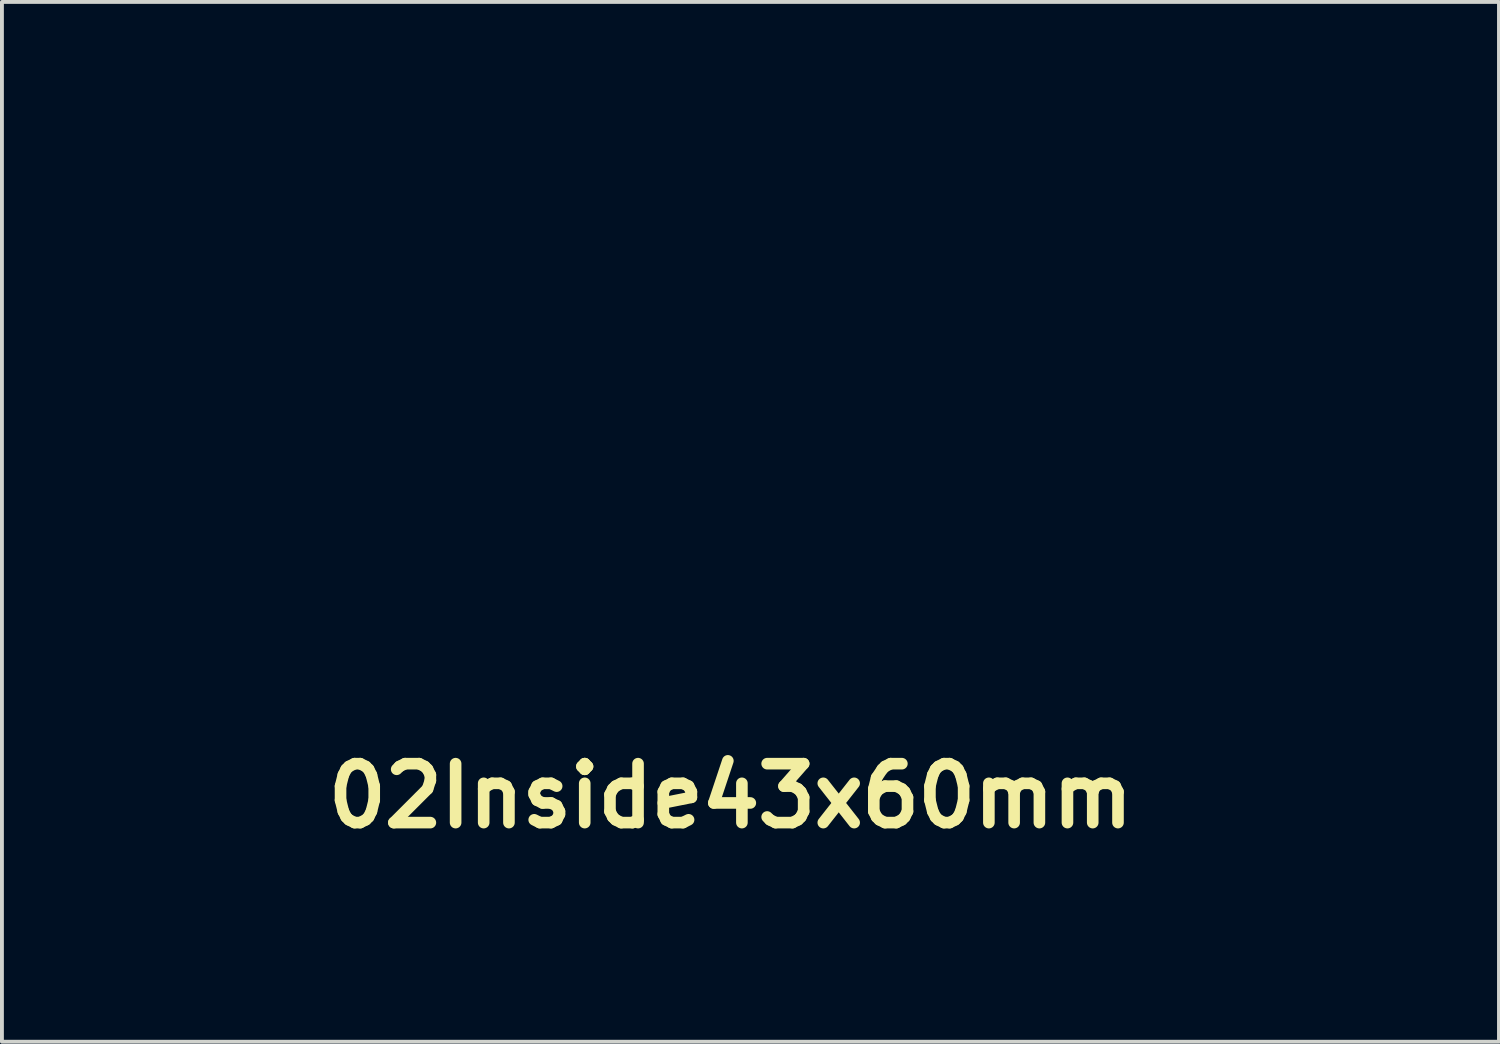
<source format=kicad_pcb>
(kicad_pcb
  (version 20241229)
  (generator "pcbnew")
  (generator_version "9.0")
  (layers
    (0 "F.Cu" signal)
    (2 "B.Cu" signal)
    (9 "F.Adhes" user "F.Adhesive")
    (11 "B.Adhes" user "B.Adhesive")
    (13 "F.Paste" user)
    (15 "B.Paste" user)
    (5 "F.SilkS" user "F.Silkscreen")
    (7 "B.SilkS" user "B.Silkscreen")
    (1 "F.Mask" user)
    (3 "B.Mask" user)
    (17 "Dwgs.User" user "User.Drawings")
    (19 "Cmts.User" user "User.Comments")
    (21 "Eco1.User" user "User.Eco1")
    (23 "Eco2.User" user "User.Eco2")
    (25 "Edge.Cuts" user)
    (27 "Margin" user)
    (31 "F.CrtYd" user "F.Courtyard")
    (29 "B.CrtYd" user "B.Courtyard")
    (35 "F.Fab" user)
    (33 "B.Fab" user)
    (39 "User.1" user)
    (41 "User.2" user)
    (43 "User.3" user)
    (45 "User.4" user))
  (footprint "02Inside43x60mm"
    (layer "F.Cu")
    (at 15.843 17.531)
    (property "Reference" "02Inside43x60mm" (at 0 0 0) (layer "F.SilkS") (effects (font (size 1.524 1.524) (thickness 0.3))))
    (attr board_only exclude_from_pos_files exclude_from_bom)
    (fp_poly (pts (xy 3.981 -17.442) (xy 4.836 -17.25) (xy 4.903 -17.229) (xy 5.217 -17.138) (xy 5.601 -17.043) (xy 5.804 -17) (xy 6.198 -16.88) (xy 6.601 -16.694) (xy 6.959 -16.473) (xy 7.217 -16.247) (xy 7.289 -16.145) (xy 7.438 -16.012) (xy 7.715 -15.969) (xy 7.738 -15.968) (xy 7.984 -15.953) (xy 8.141 -15.916) (xy 8.156 -15.906) (xy 8.127 -15.814) (xy 7.99 -15.639) (xy 7.808 -15.45) (xy 7.294 -14.881) (xy 6.863 -14.227) (xy 6.502 -13.464) (xy 6.2 -12.569) (xy 5.947 -11.515) (xy 5.928 -11.425) (xy 5.742 -10.563) (xy 5.554 -9.855) (xy 5.351 -9.27) (xy 5.117 -8.775) (xy 4.841 -8.339) (xy 4.508 -7.929) (xy 4.357 -7.767) (xy 4.042 -7.454) (xy 3.841 -7.287) (xy 3.748 -7.268) (xy 3.763 -7.395) (xy 3.881 -7.668) (xy 3.917 -7.741) (xy 4.119 -8.173) (xy 4.305 -8.644) (xy 4.483 -9.184) (xy 4.662 -9.823) (xy 4.852 -10.588) (xy 5.046 -11.439) (xy 5.188 -12.06) (xy 5.339 -12.683) (xy 5.486 -13.259) (xy 5.617 -13.74) (xy 5.707 -14.039) (xy 5.84 -14.447) (xy 5.922 -14.708) (xy 5.959 -14.856) (xy 5.959 -14.923) (xy 5.926 -14.941) (xy 5.885 -14.941) (xy 5.762 -14.85) (xy 5.613 -14.583) (xy 5.44 -14.146) (xy 5.247 -13.549) (xy 5.037 -12.799) (xy 4.879 -12.182) (xy 4.525 -10.863) (xy 4.13 -9.644) (xy 3.664 -8.44) (xy 3.265 -7.525) (xy 3.102 -7.194) (xy 2.979 -7.025) (xy 2.894 -7.022) (xy 2.839 -7.19) (xy 2.811 -7.536) (xy 2.805 -7.984) (xy 2.827 -8.646) (xy 2.893 -9.397) (xy 3.008 -10.262) (xy 3.173 -11.262) (xy 3.365 -12.28) (xy 3.54 -13.263) (xy 3.657 -14.122) (xy 3.713 -14.843) (xy 3.709 -15.412) (xy 3.664 -15.735) (xy 3.577 -16.108) (xy 3.51 -15.455) (xy 3.466 -15.107) (xy 3.397 -14.636) (xy 3.31 -14.103) (xy 3.216 -13.568) (xy 3.211 -13.54) (xy 3.105 -12.958) (xy 2.99 -12.328) (xy 2.882 -11.731) (xy 2.801 -11.283) (xy 2.721 -10.785) (xy 2.641 -10.179) (xy 2.569 -9.544) (xy 2.518 -8.995) (xy 2.457 -8.248) (xy 2.401 -7.588) (xy 2.351 -7.033) (xy 2.31 -6.601) (xy 2.278 -6.31) (xy 2.258 -6.18) (xy 2.254 -6.178) (xy 2.034 -7.3) (xy 1.869 -8.278) (xy 1.757 -9.148) (xy 1.694 -9.945) (xy 1.678 -10.703) (xy 1.708 -11.456) (xy 1.78 -12.24) (xy 1.822 -12.58) (xy 1.916 -13.495) (xy 1.937 -14.293) (xy 1.882 -15.03) (xy 1.749 -15.762) (xy 1.636 -16.201) (xy 1.533 -16.586) (xy 1.452 -16.914) (xy 1.407 -17.136) (xy 1.401 -17.19) (xy 1.444 -17.272) (xy 1.591 -17.34) (xy 1.874 -17.405) (xy 2.2 -17.458) (xy 3.072 -17.514)) (stroke (width 0) (type solid)) (fill yes) (layer "F.Mask"))
    (fp_poly (pts (xy 11.081 -13.307) (xy 11.689 -13.28) (xy 12.298 -13.252) (xy 12.514 -12.791) (xy 12.651 -12.523) (xy 12.785 -12.363) (xy 12.975 -12.268) (xy 13.277 -12.199) (xy 13.378 -12.181) (xy 13.628 -12.108) (xy 13.75 -11.978) (xy 13.784 -11.872) (xy 13.882 -11.443) (xy 13.965 -11.16) (xy 14.064 -10.987) (xy 14.209 -10.889) (xy 14.432 -10.832) (xy 14.731 -10.784) (xy 14.943 -10.743) (xy 15.067 -10.674) (xy 15.118 -10.539) (xy 15.108 -10.301) (xy 15.051 -9.92) (xy 15.044 -9.88) (xy 14.972 -9.441) (xy 15.481 -9.234) (xy 15.895 -9.042) (xy 16.146 -8.858) (xy 16.255 -8.658) (xy 16.241 -8.417) (xy 16.227 -8.367) (xy 16.133 -8.062) (xy 15.516 -8.233) (xy 14.906 -8.351) (xy 14.228 -8.399) (xy 13.558 -8.375) (xy 12.971 -8.281) (xy 12.88 -8.256) (xy 12.483 -8.122) (xy 12.073 -7.946) (xy 11.62 -7.711) (xy 11.094 -7.401) (xy 10.466 -6.999) (xy 10.132 -6.778) (xy 9.661 -6.47) (xy 9.193 -6.178) (xy 8.774 -5.926) (xy 8.447 -5.744) (xy 8.358 -5.699) (xy 7.863 -5.514) (xy 7.26 -5.368) (xy 6.627 -5.273) (xy 6.041 -5.246) (xy 5.946 -5.249) (xy 5.673 -5.261) (xy 5.283 -5.277) (xy 4.845 -5.293) (xy 4.686 -5.299) (xy 4.277 -5.318) (xy 4.021 -5.343) (xy 3.888 -5.382) (xy 3.844 -5.442) (xy 3.847 -5.489) (xy 3.897 -5.559) (xy 4.034 -5.629) (xy 4.281 -5.708) (xy 4.662 -5.801) (xy 5.199 -5.917) (xy 5.335 -5.944) (xy 6.08 -6.107) (xy 6.681 -6.27) (xy 7.18 -6.455) (xy 7.618 -6.681) (xy 8.038 -6.971) (xy 8.481 -7.343) (xy 8.853 -7.689) (xy 9.486 -8.261) (xy 10.062 -8.706) (xy 10.626 -9.054) (xy 11.224 -9.334) (xy 11.626 -9.483) (xy 12.097 -9.658) (xy 12.388 -9.789) (xy 12.503 -9.873) (xy 12.443 -9.904) (xy 12.213 -9.879) (xy 11.815 -9.792) (xy 11.484 -9.705) (xy 10.789 -9.485) (xy 10.2 -9.226) (xy 9.66 -8.895) (xy 9.11 -8.46) (xy 8.754 -8.136) (xy 8.205 -7.639) (xy 7.734 -7.264) (xy 7.305 -6.983) (xy 6.88 -6.773) (xy 6.627 -6.676) (xy 6.407 -6.614) (xy 6.054 -6.532) (xy 5.61 -6.438) (xy 5.117 -6.34) (xy 4.619 -6.247) (xy 4.158 -6.166) (xy 3.777 -6.106) (xy 3.518 -6.074) (xy 3.458 -6.071) (xy 3.415 -6.105) (xy 3.515 -6.192) (xy 3.727 -6.316) (xy 4.019 -6.463) (xy 4.361 -6.616) (xy 4.721 -6.76) (xy 5.043 -6.872) (xy 5.994 -7.225) (xy 6.792 -7.644) (xy 7.464 -8.144) (xy 7.694 -8.362) (xy 8.093 -8.804) (xy 8.432 -9.279) (xy 8.723 -9.814) (xy 8.979 -10.438) (xy 9.214 -11.182) (xy 9.44 -12.073) (xy 9.519 -12.42) (xy 9.663 -12.977) (xy 9.824 -13.381) (xy 10.023 -13.666) (xy 10.282 -13.865) (xy 10.475 -13.957) (xy 10.818 -14.097)) (stroke (width 0) (type solid)) (fill yes) (layer "F.Mask"))
    (fp_poly (pts (xy -9.732 -13.974) (xy -9.532 -13.933) (xy -9.368 -13.868) (xy -9.229 -13.756) (xy -9.104 -13.577) (xy -8.982 -13.31) (xy -8.852 -12.932) (xy -8.702 -12.424) (xy -8.523 -11.763) (xy -8.451 -11.492) (xy -8.204 -10.642) (xy -7.949 -9.945) (xy -7.67 -9.367) (xy -7.351 -8.876) (xy -7.038 -8.503) (xy -6.433 -7.953) (xy -5.717 -7.5) (xy -4.86 -7.121) (xy -4.741 -7.078) (xy -4.399 -6.947) (xy -4.011 -6.782) (xy -3.609 -6.599) (xy -3.228 -6.415) (xy -2.902 -6.247) (xy -2.666 -6.112) (xy -2.553 -6.026) (xy -2.551 -6.009) (xy -2.657 -6.009) (xy -2.908 -6.045) (xy -3.271 -6.109) (xy -3.708 -6.195) (xy -4.185 -6.294) (xy -4.666 -6.399) (xy -5.115 -6.504) (xy -5.497 -6.599) (xy -5.777 -6.678) (xy -5.861 -6.707) (xy -6.304 -6.91) (xy -6.773 -7.2) (xy -7.296 -7.595) (xy -7.904 -8.118) (xy -7.91 -8.124) (xy -8.791 -8.821) (xy -9.689 -9.343) (xy -10.593 -9.686) (xy -10.686 -9.71) (xy -11.176 -9.827) (xy -11.506 -9.885) (xy -11.692 -9.884) (xy -11.753 -9.827) (xy -11.747 -9.794) (xy -11.647 -9.723) (xy -11.409 -9.622) (xy -11.078 -9.51) (xy -10.922 -9.463) (xy -10.329 -9.279) (xy -9.839 -9.085) (xy -9.405 -8.853) (xy -8.981 -8.556) (xy -8.518 -8.164) (xy -8.117 -7.79) (xy -7.49 -7.226) (xy -6.922 -6.795) (xy -6.371 -6.473) (xy -5.792 -6.238) (xy -5.145 -6.067) (xy -4.903 -6.019) (xy -4.45 -5.929) (xy -3.996 -5.83) (xy -3.623 -5.738) (xy -3.549 -5.718) (xy -3.035 -5.572) (xy -3.549 -5.443) (xy -4.014 -5.357) (xy -4.583 -5.299) (xy -5.201 -5.27) (xy -5.807 -5.272) (xy -6.346 -5.305) (xy -6.759 -5.372) (xy -6.761 -5.372) (xy -7.487 -5.617) (xy -8.206 -5.988) (xy -8.951 -6.505) (xy -9.279 -6.769) (xy -9.978 -7.301) (xy -10.694 -7.75) (xy -11.386 -8.093) (xy -12.012 -8.306) (xy -12.04 -8.313) (xy -12.345 -8.354) (xy -12.782 -8.377) (xy -13.3 -8.381) (xy -13.846 -8.368) (xy -14.367 -8.339) (xy -14.811 -8.294) (xy -15.058 -8.253) (xy -15.243 -8.233) (xy -15.309 -8.313) (xy -15.315 -8.4) (xy -15.269 -8.668) (xy -15.109 -8.883) (xy -14.807 -9.08) (xy -14.673 -9.146) (xy -14.358 -9.31) (xy -14.192 -9.46) (xy -14.144 -9.642) (xy -14.187 -9.902) (xy -14.191 -9.915) (xy -14.287 -10.304) (xy -14.337 -10.547) (xy -14.342 -10.678) (xy -14.306 -10.73) (xy -14.247 -10.739) (xy -14.08 -10.758) (xy -13.808 -10.805) (xy -13.644 -10.839) (xy -13.177 -10.939) (xy -13.063 -11.469) (xy -12.997 -11.761) (xy -12.944 -11.968) (xy -12.921 -12.035) (xy -12.822 -12.071) (xy -12.594 -12.128) (xy -12.36 -12.178) (xy -12.059 -12.245) (xy -11.885 -12.323) (xy -11.779 -12.46) (xy -11.687 -12.702) (xy -11.671 -12.749) (xy -11.515 -13.214) (xy -10.283 -13.214) (xy -10.169 -13.62) (xy -10.091 -13.869) (xy -10.007 -13.979) (xy -9.864 -13.993)) (stroke (width 0) (type solid)) (fill yes) (layer "F.Mask"))
    (fp_poly (pts (xy 13.572 -5.36) (xy 13.971 -5.293) (xy 14.329 -5.2) (xy 14.775 -5.059) (xy 15.264 -4.889) (xy 15.752 -4.704) (xy 16.195 -4.522) (xy 16.547 -4.361) (xy 16.762 -4.238) (xy 16.866 -4.133) (xy 16.847 -4.046) (xy 16.685 -3.964) (xy 16.362 -3.874) (xy 16.194 -3.835) (xy 15.918 -3.766) (xy 15.734 -3.705) (xy 15.688 -3.675) (xy 15.739 -3.583) (xy 15.873 -3.379) (xy 16.063 -3.103) (xy 16.114 -3.032) (xy 16.54 -2.434) (xy 16.071 -2.174) (xy 15.601 -1.914) (xy 15.655 -1.44) (xy 15.672 -1.153) (xy 15.623 -0.947) (xy 15.477 -0.775) (xy 15.203 -0.585) (xy 15.079 -0.51) (xy 14.977 -0.431) (xy 14.972 -0.327) (xy 15.062 -0.13) (xy 15.069 -0.118) (xy 15.171 0.103) (xy 15.221 0.254) (xy 15.221 0.264) (xy 15.141 0.339) (xy 14.93 0.449) (xy 14.653 0.563) (xy 14.352 0.691) (xy 14.128 0.815) (xy 14.036 0.9) (xy 14.037 1.056) (xy 14.092 1.312) (xy 14.138 1.462) (xy 14.224 1.719) (xy 14.278 1.889) (xy 14.287 1.925) (xy 14.205 1.952) (xy 13.995 1.992) (xy 13.867 2.013) (xy 13.634 2.054) (xy 13.506 2.12) (xy 13.467 2.25) (xy 13.505 2.485) (xy 13.587 2.801) (xy 13.662 3.084) (xy 13.713 3.28) (xy 13.726 3.338) (xy 13.695 3.356) (xy 13.576 3.339) (xy 13.334 3.281) (xy 13.074 3.212) (xy 12.549 3.027) (xy 12.05 2.749) (xy 11.557 2.362) (xy 11.051 1.848) (xy 10.511 1.191) (xy 10.059 0.575) (xy 9.594 -0.072) (xy 9.199 -0.585) (xy 8.847 -0.991) (xy 8.509 -1.316) (xy 8.158 -1.585) (xy 7.767 -1.825) (xy 7.307 -2.062) (xy 7.198 -2.114) (xy 6.487 -2.455) (xy 5.8 -2.79) (xy 5.157 -3.109) (xy 4.579 -3.402) (xy 4.088 -3.657) (xy 3.703 -3.864) (xy 3.447 -4.011) (xy 3.344 -4.085) (xy 3.345 -4.133) (xy 3.506 -4.089) (xy 3.828 -3.953) (xy 4.311 -3.725) (xy 4.798 -3.484) (xy 5.395 -3.209) (xy 5.977 -2.998) (xy 6.591 -2.842) (xy 7.284 -2.727) (xy 8.103 -2.643) (xy 8.372 -2.623) (xy 9.388 -2.525) (xy 10.247 -2.384) (xy 10.976 -2.192) (xy 11.6 -1.944) (xy 11.774 -1.856) (xy 12.093 -1.7) (xy 12.303 -1.625) (xy 12.388 -1.629) (xy 12.333 -1.714) (xy 12.147 -1.862) (xy 11.786 -2.08) (xy 11.309 -2.313) (xy 10.782 -2.532) (xy 10.27 -2.709) (xy 10.129 -2.749) (xy 9.826 -2.811) (xy 9.391 -2.875) (xy 8.876 -2.933) (xy 8.335 -2.98) (xy 8.218 -2.988) (xy 7.677 -3.031) (xy 7.151 -3.086) (xy 6.693 -3.147) (xy 6.355 -3.208) (xy 6.303 -3.221) (xy 6.019 -3.308) (xy 5.683 -3.432) (xy 5.334 -3.575) (xy 5.012 -3.719) (xy 4.759 -3.847) (xy 4.613 -3.94) (xy 4.597 -3.974) (xy 4.694 -3.962) (xy 4.929 -3.902) (xy 5.26 -3.804) (xy 5.49 -3.732) (xy 6.383 -3.508) (xy 7.195 -3.442) (xy 7.945 -3.537) (xy 8.655 -3.795) (xy 9.201 -4.114) (xy 9.622 -4.376) (xy 10.091 -4.61) (xy 10.651 -4.835) (xy 11.348 -5.073) (xy 11.38 -5.083) (xy 12.18 -5.295) (xy 12.893 -5.386)) (stroke (width 0) (type solid)) (fill yes) (layer "F.Mask"))
    (fp_poly (pts (xy -11.447 -5.256) (xy -10.866 -5.129) (xy -10.563 -5.022) (xy -10.137 -4.85) (xy -9.632 -4.633) (xy -9.092 -4.389) (xy -8.737 -4.222) (xy -8.199 -3.966) (xy -7.793 -3.779) (xy -7.481 -3.65) (xy -7.227 -3.566) (xy -6.995 -3.517) (xy -6.747 -3.49) (xy -6.446 -3.474) (xy -6.402 -3.472) (xy -5.936 -3.462) (xy -5.573 -3.485) (xy -5.232 -3.553) (xy -4.856 -3.668) (xy -4.471 -3.789) (xy -4.111 -3.891) (xy -3.847 -3.954) (xy -3.829 -3.957) (xy -3.681 -3.976) (xy -3.665 -3.951) (xy -3.795 -3.872) (xy -4.069 -3.734) (xy -4.579 -3.524) (xy -5.203 -3.344) (xy -5.959 -3.191) (xy -6.864 -3.062) (xy -7.891 -2.956) (xy -8.636 -2.882) (xy -9.22 -2.804) (xy -9.672 -2.717) (xy -10.016 -2.617) (xy -10.039 -2.609) (xy -10.373 -2.465) (xy -10.742 -2.276) (xy -11.101 -2.069) (xy -11.402 -1.872) (xy -11.598 -1.712) (xy -11.636 -1.665) (xy -11.668 -1.553) (xy -11.564 -1.533) (xy -11.318 -1.605) (xy -10.922 -1.772) (xy -10.762 -1.846) (xy -10.186 -2.103) (xy -9.681 -2.292) (xy -9.192 -2.426) (xy -8.661 -2.519) (xy -8.032 -2.585) (xy -7.611 -2.616) (xy -6.464 -2.733) (xy -5.45 -2.93) (xy -4.531 -3.218) (xy -3.664 -3.609) (xy -3.253 -3.838) (xy -2.945 -4.01) (xy -2.667 -4.151) (xy -2.522 -4.213) (xy -2.408 -4.242) (xy -2.416 -4.196) (xy -2.554 -4.058) (xy -2.652 -3.97) (xy -2.971 -3.731) (xy -3.423 -3.457) (xy -3.961 -3.169) (xy -4.542 -2.891) (xy -5.118 -2.646) (xy -5.568 -2.483) (xy -6.282 -2.21) (xy -6.914 -1.879) (xy -7.493 -1.465) (xy -8.049 -0.945) (xy -8.611 -0.294) (xy -9.161 0.444) (xy -9.462 0.862) (xy -9.751 1.255) (xy -9.998 1.582) (xy -10.174 1.801) (xy -10.192 1.822) (xy -10.45 2.069) (xy -10.808 2.351) (xy -11.222 2.639) (xy -11.645 2.904) (xy -12.034 3.117) (xy -12.342 3.248) (xy -12.428 3.27) (xy -12.662 3.304) (xy -12.765 3.273) (xy -12.79 3.152) (xy -12.789 3.092) (xy -12.769 2.84) (xy -12.722 2.526) (xy -12.71 2.459) (xy -12.683 2.203) (xy -12.747 2.053) (xy -12.933 1.982) (xy -13.272 1.962) (xy -13.282 1.962) (xy -13.538 1.961) (xy -13.304 1.431) (xy -13.177 1.12) (xy -13.136 0.934) (xy -13.172 0.837) (xy -13.188 0.825) (xy -13.33 0.756) (xy -13.365 0.748) (xy -13.475 0.713) (xy -13.703 0.621) (xy -13.949 0.515) (xy -14.473 0.283) (xy -14.287 -0.022) (xy -14.167 -0.236) (xy -14.104 -0.38) (xy -14.101 -0.396) (xy -14.173 -0.48) (xy -14.358 -0.621) (xy -14.498 -0.712) (xy -14.732 -0.859) (xy -14.89 -0.96) (xy -14.926 -0.985) (xy -14.909 -1.078) (xy -14.832 -1.286) (xy -14.76 -1.456) (xy -14.655 -1.702) (xy -14.627 -1.862) (xy -14.697 -1.981) (xy -14.888 -2.106) (xy -15.145 -2.243) (xy -15.375 -2.38) (xy -15.528 -2.497) (xy -15.548 -2.522) (xy -15.525 -2.638) (xy -15.405 -2.85) (xy -15.219 -3.106) (xy -14.831 -3.595) (xy -15.283 -3.804) (xy -15.555 -3.929) (xy -15.761 -4.021) (xy -15.828 -4.05) (xy -15.843 -4.12) (xy -15.714 -4.242) (xy -15.471 -4.4) (xy -15.144 -4.579) (xy -14.765 -4.763) (xy -14.363 -4.937) (xy -13.968 -5.083) (xy -13.667 -5.174) (xy -12.97 -5.292) (xy -12.202 -5.319)) (stroke (width 0) (type solid)) (fill yes) (layer "F.Mask"))
    (fp_poly (pts (xy -1.985 -17.528) (xy -1.646 -17.49) (xy -1.503 -17.467) (xy -1.151 -17.405) (xy -0.864 -17.349) (xy -0.699 -17.309) (xy -0.69 -17.305) (xy -0.629 -17.251) (xy -0.609 -17.131) (xy -0.634 -16.921) (xy -0.707 -16.595) (xy -0.832 -16.127) (xy -0.899 -15.888) (xy -1.076 -14.972) (xy -1.118 -13.978) (xy -1.024 -12.958) (xy -0.969 -12.653) (xy -0.838 -11.656) (xy -0.819 -10.551) (xy -0.913 -9.379) (xy -1.053 -8.498) (xy -1.152 -7.976) (xy -1.244 -7.465) (xy -1.321 -7.021) (xy -1.372 -6.698) (xy -1.376 -6.677) (xy -1.421 -6.381) (xy -1.454 -6.251) (xy -1.487 -6.267) (xy -1.526 -6.397) (xy -1.553 -6.577) (xy -1.584 -6.909) (xy -1.617 -7.358) (xy -1.649 -7.888) (xy -1.677 -8.451) (xy -1.719 -9.233) (xy -1.774 -9.901) (xy -1.849 -10.527) (xy -1.955 -11.186) (xy -2.098 -11.948) (xy -2.099 -11.953) (xy -2.233 -12.683) (xy -2.353 -13.441) (xy -2.451 -14.163) (xy -2.516 -14.785) (xy -2.528 -14.933) (xy -2.562 -15.397) (xy -2.598 -15.79) (xy -2.629 -16.076) (xy -2.654 -16.22) (xy -2.658 -16.23) (xy -2.72 -16.187) (xy -2.81 -16.021) (xy -2.817 -16.005) (xy -2.899 -15.668) (xy -2.932 -15.187) (xy -2.917 -14.595) (xy -2.856 -13.927) (xy -2.753 -13.217) (xy -2.631 -12.607) (xy -2.517 -12.076) (xy -2.421 -11.575) (xy -2.338 -11.066) (xy -2.263 -10.512) (xy -2.191 -9.876) (xy -2.117 -9.123) (xy -2.047 -8.345) (xy -2.001 -7.736) (xy -1.985 -7.304) (xy -2.005 -7.042) (xy -2.064 -6.941) (xy -2.166 -6.995) (xy -2.316 -7.194) (xy -2.494 -7.493) (xy -2.659 -7.794) (xy -2.803 -8.086) (xy -2.934 -8.397) (xy -3.063 -8.751) (xy -3.196 -9.176) (xy -3.343 -9.698) (xy -3.513 -10.343) (xy -3.714 -11.138) (xy -3.769 -11.359) (xy -3.952 -12.061) (xy -4.138 -12.722) (xy -4.32 -13.319) (xy -4.491 -13.831) (xy -4.643 -14.237) (xy -4.77 -14.517) (xy -4.864 -14.648) (xy -4.9 -14.648) (xy -4.9 -14.542) (xy -4.852 -14.319) (xy -4.807 -14.155) (xy -4.745 -13.923) (xy -4.655 -13.544) (xy -4.544 -13.057) (xy -4.421 -12.499) (xy -4.294 -11.905) (xy -4.287 -11.871) (xy -4.028 -10.7) (xy -3.775 -9.703) (xy -3.525 -8.868) (xy -3.274 -8.182) (xy -3.069 -7.727) (xy -2.943 -7.454) (xy -2.874 -7.261) (xy -2.877 -7.19) (xy -3.023 -7.258) (xy -3.246 -7.437) (xy -3.508 -7.69) (xy -3.77 -7.98) (xy -3.995 -8.269) (xy -4.039 -8.333) (xy -4.239 -8.665) (xy -4.419 -9.029) (xy -4.588 -9.457) (xy -4.758 -9.977) (xy -4.94 -10.622) (xy -5.142 -11.408) (xy -5.343 -12.197) (xy -5.52 -12.836) (xy -5.687 -13.356) (xy -5.859 -13.792) (xy -6.049 -14.174) (xy -6.272 -14.537) (xy -6.541 -14.912) (xy -6.791 -15.232) (xy -7.016 -15.52) (xy -7.187 -15.751) (xy -7.277 -15.889) (xy -7.284 -15.909) (xy -7.2 -15.945) (xy -6.99 -15.966) (xy -6.87 -15.968) (xy -6.59 -15.988) (xy -6.445 -16.06) (xy -6.402 -16.139) (xy -6.301 -16.312) (xy -6.121 -16.525) (xy -6.075 -16.57) (xy -5.864 -16.733) (xy -5.609 -16.831) (xy -5.241 -16.891) (xy -5.212 -16.894) (xy -4.858 -16.952) (xy -4.548 -17.039) (xy -4.386 -17.114) (xy -4.196 -17.194) (xy -3.872 -17.285) (xy -3.466 -17.374) (xy -3.172 -17.426) (xy -2.682 -17.498) (xy -2.308 -17.531)) (stroke (width 0) (type solid)) (fill yes) (layer "F.Mask")))
  (gr_rect
    (start -3 -3)
    (end 35.709 23.887)
    (stroke (width 0.1) (type default))
    (fill no)
    (layer "Edge.Cuts")))
</source>
